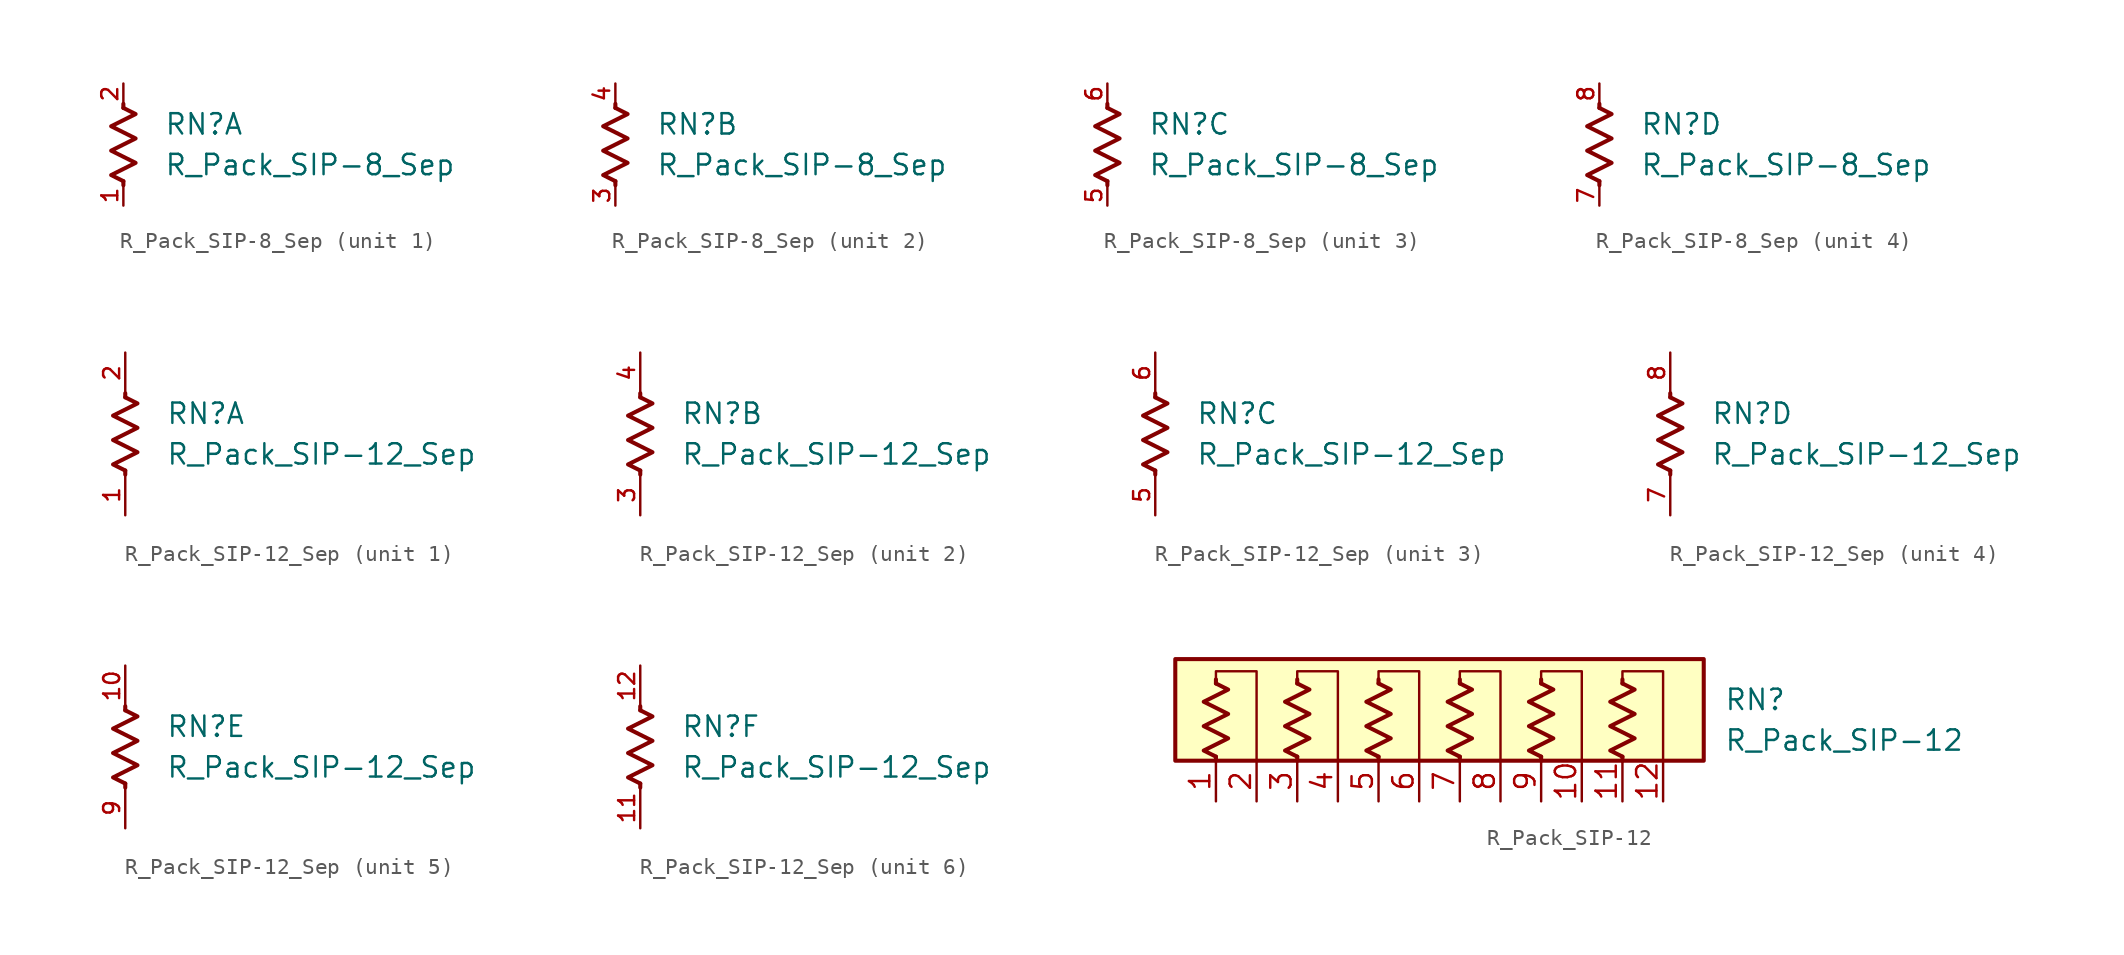
<source format=kicad_sym>
(kicad_symbol_lib
  (version 20220914)
  (generator kicad_symbol_editor)
  (symbol "R_Pack_SIP-8_Sep"
    (pin_names
      (offset 0.002) hide)
    (property "Reference" "RN"
      (at 2.54 1.27 0)
      (effects (font (size 1.27 1.27)) (justify left)))
    (property "Value" "R_Pack_SIP-8_Sep"
      (at 2.54 -1.27 0)
      (effects (font (size 1.27 1.27)) (justify left)))
    (symbol "R_Pack_SIP-8_Sep_0_1"
      (polyline (pts (xy 0 -2.286) (xy 0 -2.54)) (stroke (width 0.254) (type default)) (fill (type none)))
      (polyline (pts (xy 0 2.286) (xy 0 2.54)) (stroke (width 0.254) (type default)) (fill (type none)))
      (polyline (pts (xy 0 2.286) (xy 0.762 1.905) (xy -0.762 1.143) (xy 0 0.762) (xy 0.762 0.381) (xy 0 0) (xy -0.762 -0.381) (xy 0 -0.762) (xy 0.762 -1.143) (xy 0 -1.524) (xy -0.762 -1.905) (xy 0 -2.286)) (stroke (width 0.254) (type default)) (fill (type none))))
    (symbol "R_Pack_SIP-8_Sep_1_1"
      (pin passive line (at 0 -3.81 90) (length 1.27) (name "R4.1" (effects (font (size 1.27 1.27)))) (number "1" (effects (font (size 1 1)))))
      (pin passive line (at 0 3.81 270) (length 1.27) (name "R4.2" (effects (font (size 1.27 1.27)))) (number "2" (effects (font (size 1 1))))))
    (symbol "R_Pack_SIP-8_Sep_2_1"
      (pin passive line (at 0 -3.81 90) (length 1.27) (name "R2.1" (effects (font (size 1.27 1.27)))) (number "3" (effects (font (size 1 1)))))
      (pin passive line (at 0 3.81 270) (length 1.27) (name "R2.2" (effects (font (size 1.27 1.27)))) (number "4" (effects (font (size 1 1))))))
    (symbol "R_Pack_SIP-8_Sep_3_1"
      (pin passive line (at 0 -3.81 90) (length 1.27) (name "R4.1" (effects (font (size 1.27 1.27)))) (number "5" (effects (font (size 1 1)))))
      (pin passive line (at 0 3.81 270) (length 1.27) (name "R4.2" (effects (font (size 1.27 1.27)))) (number "6" (effects (font (size 1 1))))))
    (symbol "R_Pack_SIP-8_Sep_4_1"
      (pin passive line (at 0 -3.81 90) (length 1.27) (name "R4.1" (effects (font (size 1.27 1.27)))) (number "7" (effects (font (size 1 1)))))
      (pin passive line (at 0 3.81 270) (length 1.27) (name "R4.2" (effects (font (size 1.27 1.27)))) (number "8" (effects (font (size 1 1)))))))
  (symbol "R_Pack_SIP-12_Sep"
    (pin_names
      (offset 0.002) hide)
    (property "Reference" "RN"
      (at 2.54 1.27 0)
      (effects (font (size 1.27 1.27)) (justify left)))
    (property "Value" "R_Pack_SIP-12_Sep"
      (at 2.54 -1.27 0)
      (effects (font (size 1.27 1.27)) (justify left)))
    (symbol "R_Pack_SIP-12_Sep_0_1"
      (polyline (pts (xy 0 -2.286) (xy 0 -2.54)) (stroke (width 0.254) (type default)) (fill (type none)))
      (polyline (pts (xy 0 2.286) (xy 0 2.54)) (stroke (width 0.254) (type default)) (fill (type none)))
      (polyline (pts (xy 0 2.286) (xy 0.762 1.905) (xy -0.762 1.143) (xy 0 0.762) (xy 0.762 0.381) (xy 0 0) (xy -0.762 -0.381) (xy 0 -0.762) (xy 0.762 -1.143) (xy 0 -1.524) (xy -0.762 -1.905) (xy 0 -2.286)) (stroke (width 0.254) (type default)) (fill (type none))))
    (symbol "R_Pack_SIP-12_Sep_1_1"
      (pin passive line (at 0 -5.08 90) (length 2.54) (name "R6.1" (effects (font (size 1.27 1.27)))) (number "1" (effects (font (size 1 1)))))
      (pin passive line (at 0 5.08 270) (length 2.54) (name "R6.2" (effects (font (size 1.27 1.27)))) (number "2" (effects (font (size 1 1))))))
    (symbol "R_Pack_SIP-12_Sep_2_1"
      (pin passive line (at 0 -5.08 90) (length 2.54) (name "R2.1" (effects (font (size 1.27 1.27)))) (number "3" (effects (font (size 1 1)))))
      (pin passive line (at 0 5.08 270) (length 2.54) (name "R2.2" (effects (font (size 1.27 1.27)))) (number "4" (effects (font (size 1 1))))))
    (symbol "R_Pack_SIP-12_Sep_3_1"
      (pin passive line (at 0 -5.08 90) (length 2.54) (name "R6.1" (effects (font (size 1.27 1.27)))) (number "5" (effects (font (size 1 1)))))
      (pin passive line (at 0 5.08 270) (length 2.54) (name "R6.2" (effects (font (size 1.27 1.27)))) (number "6" (effects (font (size 1 1))))))
    (symbol "R_Pack_SIP-12_Sep_4_1"
      (pin passive line (at 0 -5.08 90) (length 2.54) (name "R6.1" (effects (font (size 1.27 1.27)))) (number "7" (effects (font (size 1 1)))))
      (pin passive line (at 0 5.08 270) (length 2.54) (name "R6.2" (effects (font (size 1.27 1.27)))) (number "8" (effects (font (size 1 1))))))
    (symbol "R_Pack_SIP-12_Sep_5_1"
      (pin passive line (at 0 5.08 270) (length 2.54) (name "R6.2" (effects (font (size 1.27 1.27)))) (number "10" (effects (font (size 1 1)))))
      (pin passive line (at 0 -5.08 90) (length 2.54) (name "R6.1" (effects (font (size 1.27 1.27)))) (number "9" (effects (font (size 1 1))))))
    (symbol "R_Pack_SIP-12_Sep_6_1"
      (pin passive line (at 0 -5.08 90) (length 2.54) (name "R6.1" (effects (font (size 1.27 1.27)))) (number "11" (effects (font (size 1 1)))))
      (pin passive line (at 0 5.08 270) (length 2.54) (name "R6.2" (effects (font (size 1.27 1.27)))) (number "12" (effects (font (size 1 1)))))))
  (symbol "R_Pack_SIP-12"
    (pin_names
      (offset 0.002) hide)
    (property "Reference" "RN"
      (at 17.78 1.27 0)
      (effects (font (size 1.27 1.27)) (justify left)))
    (property "Value" "R_Pack_SIP-12"
      (at 17.78 -1.27 0)
      (effects (font (size 1.27 1.27)) (justify left)))
    (symbol "R_Pack_SIP-12_0_1"
      (rectangle (start -16.51 3.81) (end 16.51 -2.54) (stroke (width 0.254) (type default)) (fill (type background)))
      (polyline (pts (xy -13.97 -2.286) (xy -13.97 -2.54)) (stroke (width 0.254) (type default)) (fill (type none)))
      (polyline (pts (xy -13.97 2.286) (xy -13.97 2.54)) (stroke (width 0.254) (type default)) (fill (type none)))
      (polyline (pts (xy -8.89 -2.286) (xy -8.89 -2.54)) (stroke (width 0.254) (type default)) (fill (type none)))
      (polyline (pts (xy -8.89 2.286) (xy -8.89 2.54)) (stroke (width 0.254) (type default)) (fill (type none)))
      (polyline (pts (xy -3.81 -2.286) (xy -3.81 -2.54)) (stroke (width 0.254) (type default)) (fill (type none)))
      (polyline (pts (xy -3.81 2.286) (xy -3.81 2.54)) (stroke (width 0.254) (type default)) (fill (type none)))
      (polyline (pts (xy 1.27 -2.286) (xy 1.27 -2.54)) (stroke (width 0.254) (type default)) (fill (type none)))
      (polyline (pts (xy 1.27 2.286) (xy 1.27 2.54)) (stroke (width 0.254) (type default)) (fill (type none)))
      (polyline (pts (xy 6.35 -2.286) (xy 6.35 -2.54)) (stroke (width 0.254) (type default)) (fill (type none)))
      (polyline (pts (xy 6.35 2.286) (xy 6.35 2.54)) (stroke (width 0.254) (type default)) (fill (type none)))
      (polyline (pts (xy 11.43 -2.286) (xy 11.43 -2.54)) (stroke (width 0.254) (type default)) (fill (type none)))
      (polyline (pts (xy 11.43 2.286) (xy 11.43 2.54)) (stroke (width 0.254) (type default)) (fill (type none)))
      (polyline (pts (xy -13.97 2.54) (xy -13.97 3.048) (xy -11.43 3.048) (xy -11.43 -2.54)) (stroke (width 0.152) (type default)) (fill (type none)))
      (polyline (pts (xy -8.89 2.54) (xy -8.89 3.048) (xy -6.35 3.048) (xy -6.35 -2.54)) (stroke (width 0.152) (type default)) (fill (type none)))
      (polyline (pts (xy -3.81 2.54) (xy -3.81 3.048) (xy -1.27 3.048) (xy -1.27 -2.54)) (stroke (width 0.152) (type default)) (fill (type none)))
      (polyline (pts (xy 1.27 2.54) (xy 1.27 3.048) (xy 3.81 3.048) (xy 3.81 -2.54)) (stroke (width 0.152) (type default)) (fill (type none)))
      (polyline (pts (xy 6.35 2.54) (xy 6.35 3.048) (xy 8.89 3.048) (xy 8.89 -2.54)) (stroke (width 0.152) (type default)) (fill (type none)))
      (polyline (pts (xy 11.43 2.54) (xy 11.43 3.048) (xy 13.97 3.048) (xy 13.97 -2.54)) (stroke (width 0.152) (type default)) (fill (type none)))
      (polyline (pts (xy -13.97 2.286) (xy -13.208 1.905) (xy -14.732 1.143) (xy -13.97 0.762) (xy -13.208 0.381) (xy -13.97 0) (xy -14.732 -0.381) (xy -13.97 -0.762) (xy -13.208 -1.143) (xy -13.97 -1.524) (xy -14.732 -1.905) (xy -13.97 -2.286)) (stroke (width 0.254) (type default)) (fill (type none)))
      (polyline (pts (xy -8.89 2.286) (xy -8.128 1.905) (xy -9.652 1.143) (xy -8.89 0.762) (xy -8.128 0.381) (xy -8.89 0) (xy -9.652 -0.381) (xy -8.89 -0.762) (xy -8.128 -1.143) (xy -8.89 -1.524) (xy -9.652 -1.905) (xy -8.89 -2.286)) (stroke (width 0.254) (type default)) (fill (type none)))
      (polyline (pts (xy -3.81 2.286) (xy -3.048 1.905) (xy -4.572 1.143) (xy -3.81 0.762) (xy -3.048 0.381) (xy -3.81 0) (xy -4.572 -0.381) (xy -3.81 -0.762) (xy -3.048 -1.143) (xy -3.81 -1.524) (xy -4.572 -1.905) (xy -3.81 -2.286)) (stroke (width 0.254) (type default)) (fill (type none)))
      (polyline (pts (xy 1.27 2.286) (xy 2.032 1.905) (xy 0.508 1.143) (xy 1.27 0.762) (xy 2.032 0.381) (xy 1.27 0) (xy 0.508 -0.381) (xy 1.27 -0.762) (xy 2.032 -1.143) (xy 1.27 -1.524) (xy 0.508 -1.905) (xy 1.27 -2.286)) (stroke (width 0.254) (type default)) (fill (type none)))
      (polyline (pts (xy 6.35 2.286) (xy 7.112 1.905) (xy 5.588 1.143) (xy 6.35 0.762) (xy 7.112 0.381) (xy 6.35 0) (xy 5.588 -0.381) (xy 6.35 -0.762) (xy 7.112 -1.143) (xy 6.35 -1.524) (xy 5.588 -1.905) (xy 6.35 -2.286)) (stroke (width 0.254) (type default)) (fill (type none)))
      (polyline (pts (xy 11.43 2.286) (xy 12.192 1.905) (xy 10.668 1.143) (xy 11.43 0.762) (xy 12.192 0.381) (xy 11.43 0) (xy 10.668 -0.381) (xy 11.43 -0.762) (xy 12.192 -1.143) (xy 11.43 -1.524) (xy 10.668 -1.905) (xy 11.43 -2.286)) (stroke (width 0.254) (type default)) (fill (type none))))
    (symbol "R_Pack_SIP-12_1_1"
      (pin passive line (at -13.97 -5.08 90) (length 2.54) (name "R1.1" (effects (font (size 1.27 1.27)))) (number "1" (effects (font (size 1.27 1.27)))))
      (pin passive line (at 8.89 -5.08 90) (length 2.54) (name "R5.2" (effects (font (size 1.27 1.27)))) (number "10" (effects (font (size 1.27 1.27)))))
      (pin passive line (at 11.43 -5.08 90) (length 2.54) (name "R6.1" (effects (font (size 1.27 1.27)))) (number "11" (effects (font (size 1.27 1.27)))))
      (pin passive line (at 13.97 -5.08 90) (length 2.54) (name "R6.2" (effects (font (size 1.27 1.27)))) (number "12" (effects (font (size 1.27 1.27)))))
      (pin passive line (at -11.43 -5.08 90) (length 2.54) (name "R1.2" (effects (font (size 1.27 1.27)))) (number "2" (effects (font (size 1.27 1.27)))))
      (pin passive line (at -8.89 -5.08 90) (length 2.54) (name "R2.1" (effects (font (size 1.27 1.27)))) (number "3" (effects (font (size 1.27 1.27)))))
      (pin passive line (at -6.35 -5.08 90) (length 2.54) (name "R2.2" (effects (font (size 1.27 1.27)))) (number "4" (effects (font (size 1.27 1.27)))))
      (pin passive line (at -3.81 -5.08 90) (length 2.54) (name "R3.1" (effects (font (size 1.27 1.27)))) (number "5" (effects (font (size 1.27 1.27)))))
      (pin passive line (at -1.27 -5.08 90) (length 2.54) (name "R3.2" (effects (font (size 1.27 1.27)))) (number "6" (effects (font (size 1.27 1.27)))))
      (pin passive line (at 1.27 -5.08 90) (length 2.54) (name "R4.1" (effects (font (size 1.27 1.27)))) (number "7" (effects (font (size 1.27 1.27)))))
      (pin passive line (at 3.81 -5.08 90) (length 2.54) (name "R4.2" (effects (font (size 1.27 1.27)))) (number "8" (effects (font (size 1.27 1.27)))))
      (pin passive line (at 6.35 -5.08 90) (length 2.54) (name "R5.1" (effects (font (size 1.27 1.27)))) (number "9" (effects (font (size 1.27 1.27))))))))
</source>
